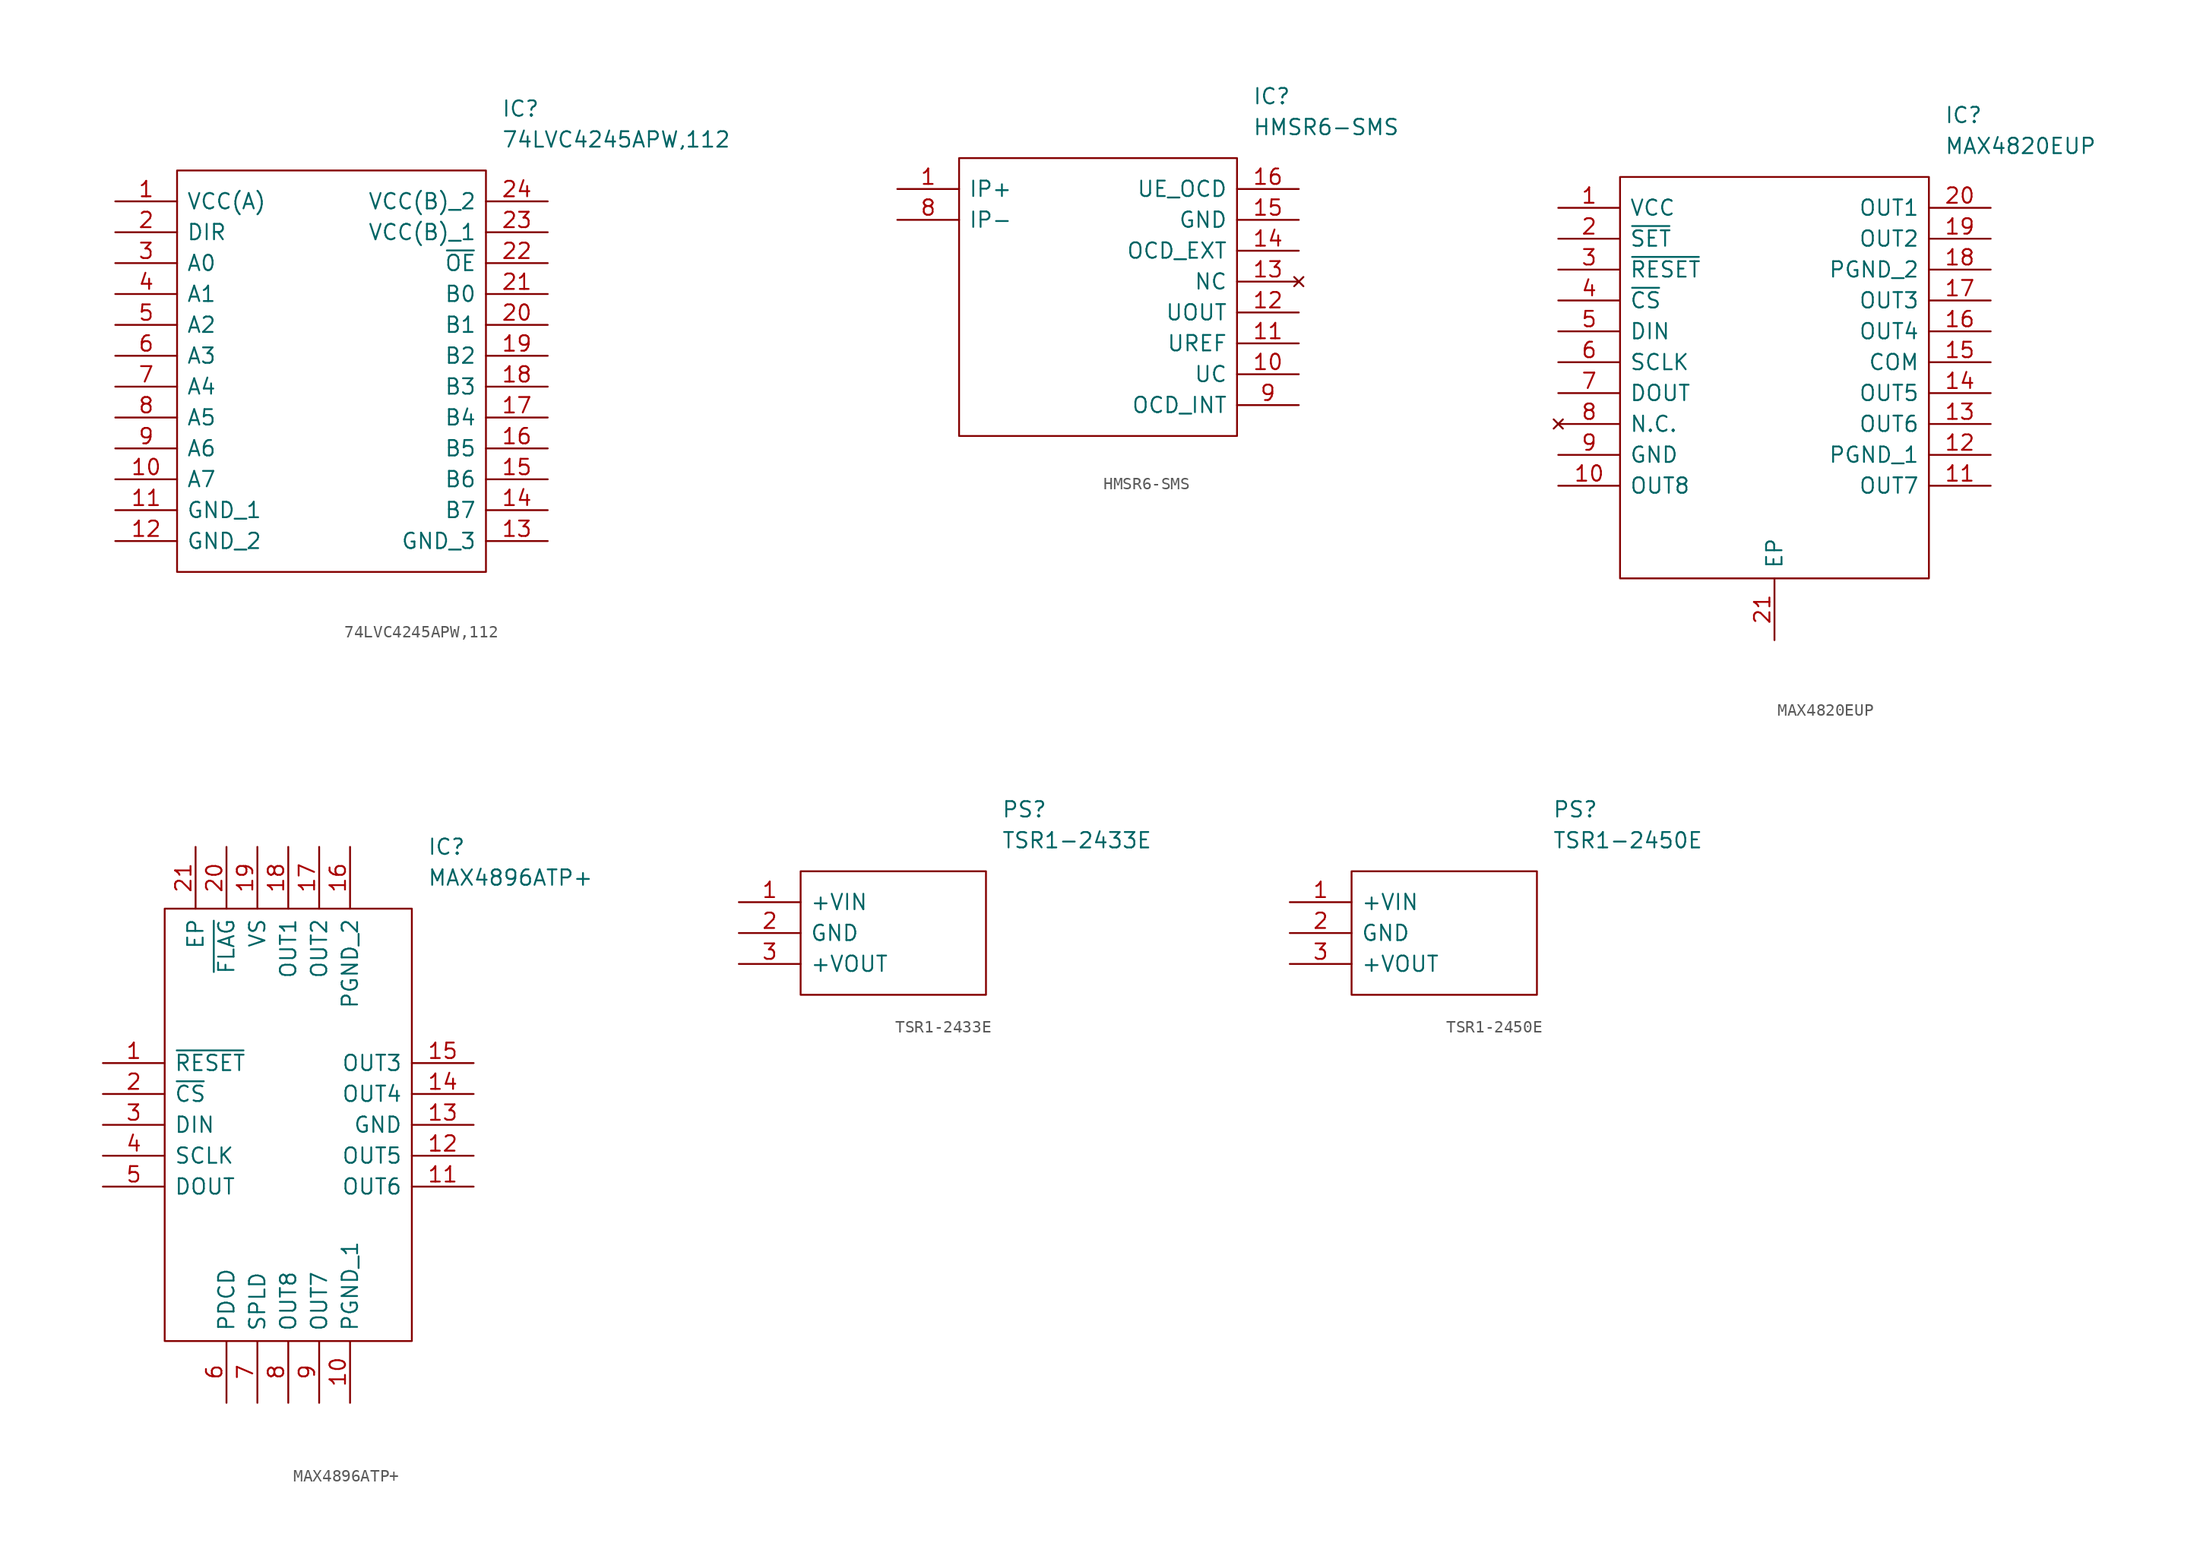
<source format=kicad_sym>
(kicad_symbol_lib
  (version 20211014)
  (generator kicad_symbol_editor)
  (symbol "74LVC4245APW,112"
    (pin_names
      (offset 0.762))
    (property "Reference" "IC"
      (at 31.75 7.62 0)
      (effects (font (size 1.27 1.27)) (justify left)))
    (property "Value" "74LVC4245APW,112"
      (at 31.75 5.08 0)
      (effects (font (size 1.27 1.27)) (justify left)))
    (symbol "74LVC4245APW,112_0_0"
      (pin passive line (at 0 0 0) (length 5.08) (name "VCC(A)" (effects (font (size 1.27 1.27)))) (number "1" (effects (font (size 1.27 1.27)))))
      (pin passive line (at 0 -22.86 0) (length 5.08) (name "A7" (effects (font (size 1.27 1.27)))) (number "10" (effects (font (size 1.27 1.27)))))
      (pin passive line (at 0 -25.4 0) (length 5.08) (name "GND_1" (effects (font (size 1.27 1.27)))) (number "11" (effects (font (size 1.27 1.27)))))
      (pin passive line (at 0 -27.94 0) (length 5.08) (name "GND_2" (effects (font (size 1.27 1.27)))) (number "12" (effects (font (size 1.27 1.27)))))
      (pin passive line (at 35.56 -27.94 180) (length 5.08) (name "GND_3" (effects (font (size 1.27 1.27)))) (number "13" (effects (font (size 1.27 1.27)))))
      (pin passive line (at 35.56 -25.4 180) (length 5.08) (name "B7" (effects (font (size 1.27 1.27)))) (number "14" (effects (font (size 1.27 1.27)))))
      (pin passive line (at 35.56 -22.86 180) (length 5.08) (name "B6" (effects (font (size 1.27 1.27)))) (number "15" (effects (font (size 1.27 1.27)))))
      (pin passive line (at 35.56 -20.32 180) (length 5.08) (name "B5" (effects (font (size 1.27 1.27)))) (number "16" (effects (font (size 1.27 1.27)))))
      (pin passive line (at 35.56 -17.78 180) (length 5.08) (name "B4" (effects (font (size 1.27 1.27)))) (number "17" (effects (font (size 1.27 1.27)))))
      (pin passive line (at 35.56 -15.24 180) (length 5.08) (name "B3" (effects (font (size 1.27 1.27)))) (number "18" (effects (font (size 1.27 1.27)))))
      (pin passive line (at 35.56 -12.7 180) (length 5.08) (name "B2" (effects (font (size 1.27 1.27)))) (number "19" (effects (font (size 1.27 1.27)))))
      (pin passive line (at 0 -2.54 0) (length 5.08) (name "DIR" (effects (font (size 1.27 1.27)))) (number "2" (effects (font (size 1.27 1.27)))))
      (pin passive line (at 35.56 -10.16 180) (length 5.08) (name "B1" (effects (font (size 1.27 1.27)))) (number "20" (effects (font (size 1.27 1.27)))))
      (pin passive line (at 35.56 -7.62 180) (length 5.08) (name "B0" (effects (font (size 1.27 1.27)))) (number "21" (effects (font (size 1.27 1.27)))))
      (pin passive line (at 35.56 -5.08 180) (length 5.08) (name "~{OE}" (effects (font (size 1.27 1.27)))) (number "22" (effects (font (size 1.27 1.27)))))
      (pin passive line (at 35.56 -2.54 180) (length 5.08) (name "VCC(B)_1" (effects (font (size 1.27 1.27)))) (number "23" (effects (font (size 1.27 1.27)))))
      (pin passive line (at 35.56 0 180) (length 5.08) (name "VCC(B)_2" (effects (font (size 1.27 1.27)))) (number "24" (effects (font (size 1.27 1.27)))))
      (pin passive line (at 0 -5.08 0) (length 5.08) (name "A0" (effects (font (size 1.27 1.27)))) (number "3" (effects (font (size 1.27 1.27)))))
      (pin passive line (at 0 -7.62 0) (length 5.08) (name "A1" (effects (font (size 1.27 1.27)))) (number "4" (effects (font (size 1.27 1.27)))))
      (pin passive line (at 0 -10.16 0) (length 5.08) (name "A2" (effects (font (size 1.27 1.27)))) (number "5" (effects (font (size 1.27 1.27)))))
      (pin passive line (at 0 -12.7 0) (length 5.08) (name "A3" (effects (font (size 1.27 1.27)))) (number "6" (effects (font (size 1.27 1.27)))))
      (pin passive line (at 0 -15.24 0) (length 5.08) (name "A4" (effects (font (size 1.27 1.27)))) (number "7" (effects (font (size 1.27 1.27)))))
      (pin passive line (at 0 -17.78 0) (length 5.08) (name "A5" (effects (font (size 1.27 1.27)))) (number "8" (effects (font (size 1.27 1.27)))))
      (pin passive line (at 0 -20.32 0) (length 5.08) (name "A6" (effects (font (size 1.27 1.27)))) (number "9" (effects (font (size 1.27 1.27))))))
    (symbol "74LVC4245APW,112_0_1"
      (polyline (pts (xy 5.08 2.54) (xy 30.48 2.54) (xy 30.48 -30.48) (xy 5.08 -30.48) (xy 5.08 2.54)) (stroke (width 0.152) (type default) (color 0 0 0 0)) (fill (type none)))))
  (symbol "HMSR6-SMS"
    (pin_names
      (offset 0.762))
    (property "Reference" "IC"
      (at 29.21 7.62 0)
      (effects (font (size 1.27 1.27)) (justify left)))
    (property "Value" "HMSR6-SMS"
      (at 29.21 5.08 0)
      (effects (font (size 1.27 1.27)) (justify left)))
    (symbol "HMSR6-SMS_0_0"
      (pin passive line (at 0 0 0) (length 5.08) (name "IP+" (effects (font (size 1.27 1.27)))) (number "1" (effects (font (size 1.27 1.27)))))
      (pin passive line (at 33.02 -15.24 180) (length 5.08) (name "UC" (effects (font (size 1.27 1.27)))) (number "10" (effects (font (size 1.27 1.27)))))
      (pin passive line (at 33.02 -12.7 180) (length 5.08) (name "UREF" (effects (font (size 1.27 1.27)))) (number "11" (effects (font (size 1.27 1.27)))))
      (pin passive line (at 33.02 -10.16 180) (length 5.08) (name "UOUT" (effects (font (size 1.27 1.27)))) (number "12" (effects (font (size 1.27 1.27)))))
      (pin no_connect line (at 33.02 -7.62 180) (length 5.08) (name "NC" (effects (font (size 1.27 1.27)))) (number "13" (effects (font (size 1.27 1.27)))))
      (pin passive line (at 33.02 -5.08 180) (length 5.08) (name "OCD_EXT" (effects (font (size 1.27 1.27)))) (number "14" (effects (font (size 1.27 1.27)))))
      (pin passive line (at 33.02 -2.54 180) (length 5.08) (name "GND" (effects (font (size 1.27 1.27)))) (number "15" (effects (font (size 1.27 1.27)))))
      (pin passive line (at 33.02 0 180) (length 5.08) (name "UE_OCD" (effects (font (size 1.27 1.27)))) (number "16" (effects (font (size 1.27 1.27)))))
      (pin passive line (at 0 -2.54 0) (length 5.08) (name "IP-" (effects (font (size 1.27 1.27)))) (number "8" (effects (font (size 1.27 1.27)))))
      (pin passive line (at 33.02 -17.78 180) (length 5.08) (name "OCD_INT" (effects (font (size 1.27 1.27)))) (number "9" (effects (font (size 1.27 1.27))))))
    (symbol "HMSR6-SMS_0_1"
      (polyline (pts (xy 5.08 2.54) (xy 27.94 2.54) (xy 27.94 -20.32) (xy 5.08 -20.32) (xy 5.08 2.54)) (stroke (width 0.152) (type default) (color 0 0 0 0)) (fill (type none)))))
  (symbol "MAX4820EUP"
    (pin_names
      (offset 0.762))
    (property "Reference" "IC"
      (at 31.75 7.62 0)
      (effects (font (size 1.27 1.27)) (justify left)))
    (property "Value" "MAX4820EUP"
      (at 31.75 5.08 0)
      (effects (font (size 1.27 1.27)) (justify left)))
    (symbol "MAX4820EUP_0_0"
      (pin passive line (at 0 0 0) (length 5.08) (name "VCC" (effects (font (size 1.27 1.27)))) (number "1" (effects (font (size 1.27 1.27)))))
      (pin passive line (at 0 -22.86 0) (length 5.08) (name "OUT8" (effects (font (size 1.27 1.27)))) (number "10" (effects (font (size 1.27 1.27)))))
      (pin passive line (at 35.56 -22.86 180) (length 5.08) (name "OUT7" (effects (font (size 1.27 1.27)))) (number "11" (effects (font (size 1.27 1.27)))))
      (pin passive line (at 35.56 -20.32 180) (length 5.08) (name "PGND_1" (effects (font (size 1.27 1.27)))) (number "12" (effects (font (size 1.27 1.27)))))
      (pin passive line (at 35.56 -17.78 180) (length 5.08) (name "OUT6" (effects (font (size 1.27 1.27)))) (number "13" (effects (font (size 1.27 1.27)))))
      (pin passive line (at 35.56 -15.24 180) (length 5.08) (name "OUT5" (effects (font (size 1.27 1.27)))) (number "14" (effects (font (size 1.27 1.27)))))
      (pin passive line (at 35.56 -12.7 180) (length 5.08) (name "COM" (effects (font (size 1.27 1.27)))) (number "15" (effects (font (size 1.27 1.27)))))
      (pin passive line (at 35.56 -10.16 180) (length 5.08) (name "OUT4" (effects (font (size 1.27 1.27)))) (number "16" (effects (font (size 1.27 1.27)))))
      (pin passive line (at 35.56 -7.62 180) (length 5.08) (name "OUT3" (effects (font (size 1.27 1.27)))) (number "17" (effects (font (size 1.27 1.27)))))
      (pin passive line (at 35.56 -5.08 180) (length 5.08) (name "PGND_2" (effects (font (size 1.27 1.27)))) (number "18" (effects (font (size 1.27 1.27)))))
      (pin passive line (at 35.56 -2.54 180) (length 5.08) (name "OUT2" (effects (font (size 1.27 1.27)))) (number "19" (effects (font (size 1.27 1.27)))))
      (pin passive line (at 0 -2.54 0) (length 5.08) (name "~{SET}" (effects (font (size 1.27 1.27)))) (number "2" (effects (font (size 1.27 1.27)))))
      (pin passive line (at 35.56 0 180) (length 5.08) (name "OUT1" (effects (font (size 1.27 1.27)))) (number "20" (effects (font (size 1.27 1.27)))))
      (pin passive line (at 17.78 -35.56 90) (length 5.08) (name "EP" (effects (font (size 1.27 1.27)))) (number "21" (effects (font (size 1.27 1.27)))))
      (pin passive line (at 0 -5.08 0) (length 5.08) (name "~{RESET}" (effects (font (size 1.27 1.27)))) (number "3" (effects (font (size 1.27 1.27)))))
      (pin passive line (at 0 -7.62 0) (length 5.08) (name "~{CS}" (effects (font (size 1.27 1.27)))) (number "4" (effects (font (size 1.27 1.27)))))
      (pin passive line (at 0 -10.16 0) (length 5.08) (name "DIN" (effects (font (size 1.27 1.27)))) (number "5" (effects (font (size 1.27 1.27)))))
      (pin passive line (at 0 -12.7 0) (length 5.08) (name "SCLK" (effects (font (size 1.27 1.27)))) (number "6" (effects (font (size 1.27 1.27)))))
      (pin passive line (at 0 -15.24 0) (length 5.08) (name "DOUT" (effects (font (size 1.27 1.27)))) (number "7" (effects (font (size 1.27 1.27)))))
      (pin no_connect line (at 0 -17.78 0) (length 5.08) (name "N.C." (effects (font (size 1.27 1.27)))) (number "8" (effects (font (size 1.27 1.27)))))
      (pin passive line (at 0 -20.32 0) (length 5.08) (name "GND" (effects (font (size 1.27 1.27)))) (number "9" (effects (font (size 1.27 1.27))))))
    (symbol "MAX4820EUP_0_1"
      (polyline (pts (xy 5.08 2.54) (xy 30.48 2.54) (xy 30.48 -30.48) (xy 5.08 -30.48) (xy 5.08 2.54)) (stroke (width 0.152) (type default) (color 0 0 0 0)) (fill (type none)))))
  (symbol "MAX4896ATP+"
    (pin_names
      (offset 0.762))
    (property "Reference" "IC"
      (at 26.67 17.78 0)
      (effects (font (size 1.27 1.27)) (justify left)))
    (property "Value" "MAX4896ATP+"
      (at 26.67 15.24 0)
      (effects (font (size 1.27 1.27)) (justify left)))
    (symbol "MAX4896ATP+_0_0"
      (pin passive line (at 0 0 0) (length 5.08) (name "~{RESET}" (effects (font (size 1.27 1.27)))) (number "1" (effects (font (size 1.27 1.27)))))
      (pin passive line (at 20.32 -27.94 90) (length 5.08) (name "PGND_1" (effects (font (size 1.27 1.27)))) (number "10" (effects (font (size 1.27 1.27)))))
      (pin passive line (at 30.48 -10.16 180) (length 5.08) (name "OUT6" (effects (font (size 1.27 1.27)))) (number "11" (effects (font (size 1.27 1.27)))))
      (pin passive line (at 30.48 -7.62 180) (length 5.08) (name "OUT5" (effects (font (size 1.27 1.27)))) (number "12" (effects (font (size 1.27 1.27)))))
      (pin passive line (at 30.48 -5.08 180) (length 5.08) (name "GND" (effects (font (size 1.27 1.27)))) (number "13" (effects (font (size 1.27 1.27)))))
      (pin passive line (at 30.48 -2.54 180) (length 5.08) (name "OUT4" (effects (font (size 1.27 1.27)))) (number "14" (effects (font (size 1.27 1.27)))))
      (pin passive line (at 30.48 0 180) (length 5.08) (name "OUT3" (effects (font (size 1.27 1.27)))) (number "15" (effects (font (size 1.27 1.27)))))
      (pin passive line (at 20.32 17.78 270) (length 5.08) (name "PGND_2" (effects (font (size 1.27 1.27)))) (number "16" (effects (font (size 1.27 1.27)))))
      (pin passive line (at 17.78 17.78 270) (length 5.08) (name "OUT2" (effects (font (size 1.27 1.27)))) (number "17" (effects (font (size 1.27 1.27)))))
      (pin passive line (at 15.24 17.78 270) (length 5.08) (name "OUT1" (effects (font (size 1.27 1.27)))) (number "18" (effects (font (size 1.27 1.27)))))
      (pin passive line (at 12.7 17.78 270) (length 5.08) (name "VS" (effects (font (size 1.27 1.27)))) (number "19" (effects (font (size 1.27 1.27)))))
      (pin passive line (at 0 -2.54 0) (length 5.08) (name "~{CS}" (effects (font (size 1.27 1.27)))) (number "2" (effects (font (size 1.27 1.27)))))
      (pin passive line (at 10.16 17.78 270) (length 5.08) (name "~{FLAG}" (effects (font (size 1.27 1.27)))) (number "20" (effects (font (size 1.27 1.27)))))
      (pin passive line (at 7.62 17.78 270) (length 5.08) (name "EP" (effects (font (size 1.27 1.27)))) (number "21" (effects (font (size 1.27 1.27)))))
      (pin passive line (at 0 -5.08 0) (length 5.08) (name "DIN" (effects (font (size 1.27 1.27)))) (number "3" (effects (font (size 1.27 1.27)))))
      (pin passive line (at 0 -7.62 0) (length 5.08) (name "SCLK" (effects (font (size 1.27 1.27)))) (number "4" (effects (font (size 1.27 1.27)))))
      (pin passive line (at 0 -10.16 0) (length 5.08) (name "DOUT" (effects (font (size 1.27 1.27)))) (number "5" (effects (font (size 1.27 1.27)))))
      (pin passive line (at 10.16 -27.94 90) (length 5.08) (name "PDCD" (effects (font (size 1.27 1.27)))) (number "6" (effects (font (size 1.27 1.27)))))
      (pin passive line (at 12.7 -27.94 90) (length 5.08) (name "SPLD" (effects (font (size 1.27 1.27)))) (number "7" (effects (font (size 1.27 1.27)))))
      (pin passive line (at 15.24 -27.94 90) (length 5.08) (name "OUT8" (effects (font (size 1.27 1.27)))) (number "8" (effects (font (size 1.27 1.27)))))
      (pin passive line (at 17.78 -27.94 90) (length 5.08) (name "OUT7" (effects (font (size 1.27 1.27)))) (number "9" (effects (font (size 1.27 1.27))))))
    (symbol "MAX4896ATP+_0_1"
      (polyline (pts (xy 5.08 12.7) (xy 25.4 12.7) (xy 25.4 -22.86) (xy 5.08 -22.86) (xy 5.08 12.7)) (stroke (width 0.152) (type default) (color 0 0 0 0)) (fill (type none)))))
  (symbol "TSR1-2433E"
    (pin_names
      (offset 0.762))
    (property "Reference" "PS"
      (at 21.59 7.62 0)
      (effects (font (size 1.27 1.27)) (justify left)))
    (property "Value" "TSR1-2433E"
      (at 21.59 5.08 0)
      (effects (font (size 1.27 1.27)) (justify left)))
    (symbol "TSR1-2433E_0_0"
      (pin passive line (at 0 0 0) (length 5.08) (name "+VIN" (effects (font (size 1.27 1.27)))) (number "1" (effects (font (size 1.27 1.27)))))
      (pin passive line (at 0 -2.54 0) (length 5.08) (name "GND" (effects (font (size 1.27 1.27)))) (number "2" (effects (font (size 1.27 1.27)))))
      (pin passive line (at 0 -5.08 0) (length 5.08) (name "+VOUT" (effects (font (size 1.27 1.27)))) (number "3" (effects (font (size 1.27 1.27))))))
    (symbol "TSR1-2433E_0_1"
      (polyline (pts (xy 5.08 2.54) (xy 20.32 2.54) (xy 20.32 -7.62) (xy 5.08 -7.62) (xy 5.08 2.54)) (stroke (width 0.152) (type default) (color 0 0 0 0)) (fill (type none)))))
  (symbol "TSR1-2450E"
    (pin_names
      (offset 0.762))
    (property "Reference" "PS"
      (at 21.59 7.62 0)
      (effects (font (size 1.27 1.27)) (justify left)))
    (property "Value" "TSR1-2450E"
      (at 21.59 5.08 0)
      (effects (font (size 1.27 1.27)) (justify left)))
    (symbol "TSR1-2450E_0_0"
      (pin passive line (at 0 0 0) (length 5.08) (name "+VIN" (effects (font (size 1.27 1.27)))) (number "1" (effects (font (size 1.27 1.27)))))
      (pin passive line (at 0 -2.54 0) (length 5.08) (name "GND" (effects (font (size 1.27 1.27)))) (number "2" (effects (font (size 1.27 1.27)))))
      (pin passive line (at 0 -5.08 0) (length 5.08) (name "+VOUT" (effects (font (size 1.27 1.27)))) (number "3" (effects (font (size 1.27 1.27))))))
    (symbol "TSR1-2450E_0_1"
      (polyline (pts (xy 5.08 2.54) (xy 20.32 2.54) (xy 20.32 -7.62) (xy 5.08 -7.62) (xy 5.08 2.54)) (stroke (width 0.152) (type default) (color 0 0 0 0)) (fill (type none))))))
</source>
